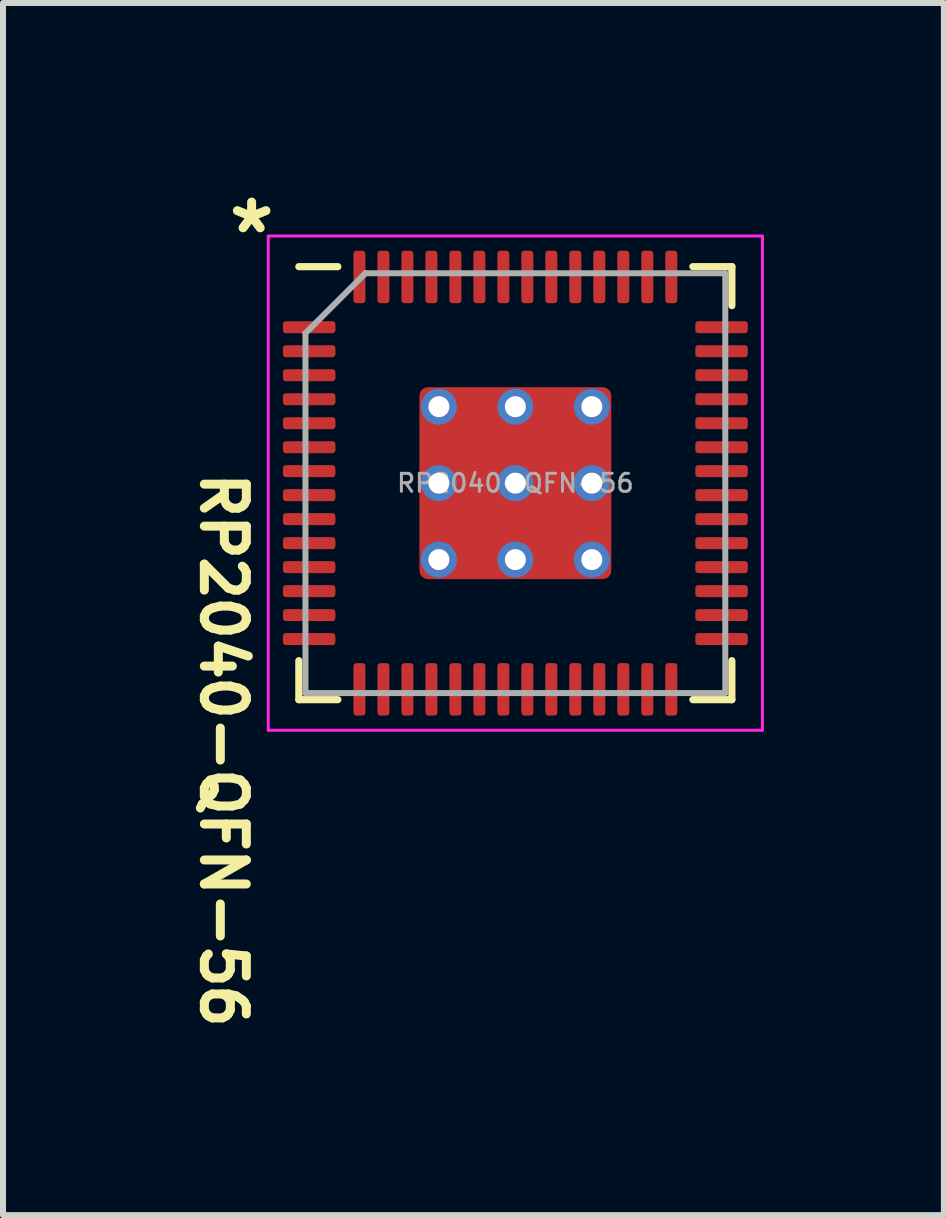
<source format=kicad_pcb>
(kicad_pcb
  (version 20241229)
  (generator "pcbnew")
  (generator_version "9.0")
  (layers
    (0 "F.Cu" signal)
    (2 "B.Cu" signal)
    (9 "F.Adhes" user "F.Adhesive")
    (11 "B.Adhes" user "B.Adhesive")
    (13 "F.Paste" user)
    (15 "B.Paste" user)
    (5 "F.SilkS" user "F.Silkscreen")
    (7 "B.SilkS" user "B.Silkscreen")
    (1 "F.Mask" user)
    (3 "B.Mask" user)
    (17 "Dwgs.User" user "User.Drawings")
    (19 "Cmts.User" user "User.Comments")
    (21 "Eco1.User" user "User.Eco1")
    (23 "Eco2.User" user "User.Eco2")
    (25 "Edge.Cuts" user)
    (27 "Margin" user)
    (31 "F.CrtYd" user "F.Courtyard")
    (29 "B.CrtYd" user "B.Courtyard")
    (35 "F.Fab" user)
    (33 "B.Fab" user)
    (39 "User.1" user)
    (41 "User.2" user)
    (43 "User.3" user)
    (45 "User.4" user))
  (footprint "RP2040-QFN-56"
    (layer "F.Cu")
    (at 5.543 5.006)
    (property "Reference" "RP2040-QFN-56" (at -4.87 4.45 270) (unlocked yes) (layer "F.SilkS") (effects (font (size 0.7 0.7) (thickness 0.15))))
    (attr through_hole)
    (fp_line (start -3.61 3.61) (end -3.61 2.96) (stroke (width 0.12) (type solid)) (layer "F.SilkS"))
    (fp_line (start -2.96 -3.61) (end -3.61 -3.61) (stroke (width 0.12) (type solid)) (layer "F.SilkS"))
    (fp_line (start -2.96 3.61) (end -3.61 3.61) (stroke (width 0.12) (type solid)) (layer "F.SilkS"))
    (fp_line (start 2.96 -3.61) (end 3.61 -3.61) (stroke (width 0.12) (type solid)) (layer "F.SilkS"))
    (fp_line (start 2.96 3.61) (end 3.61 3.61) (stroke (width 0.12) (type solid)) (layer "F.SilkS"))
    (fp_line (start 3.61 -3.61) (end 3.61 -2.96) (stroke (width 0.12) (type solid)) (layer "F.SilkS"))
    (fp_line (start 3.61 3.61) (end 3.61 2.96) (stroke (width 0.12) (type solid)) (layer "F.SilkS"))
    (fp_line (start -4.12 -4.12) (end -4.12 4.12) (stroke (width 0.05) (type solid)) (layer "F.CrtYd"))
    (fp_line (start -4.12 4.12) (end 4.12 4.12) (stroke (width 0.05) (type solid)) (layer "F.CrtYd"))
    (fp_line (start 4.12 -4.12) (end -4.12 -4.12) (stroke (width 0.05) (type solid)) (layer "F.CrtYd"))
    (fp_line (start 4.12 4.12) (end 4.12 -4.12) (stroke (width 0.05) (type solid)) (layer "F.CrtYd"))
    (fp_line (start -3.5 -2.5) (end -2.5 -3.5) (stroke (width 0.1) (type solid)) (layer "F.Fab"))
    (fp_line (start -3.5 3.5) (end -3.5 -2.5) (stroke (width 0.1) (type solid)) (layer "F.Fab"))
    (fp_line (start -2.5 -3.5) (end 3.5 -3.5) (stroke (width 0.1) (type solid)) (layer "F.Fab"))
    (fp_line (start 3.5 -3.5) (end 3.5 3.5) (stroke (width 0.1) (type solid)) (layer "F.Fab"))
    (fp_line (start 3.5 3.5) (end -3.5 3.5) (stroke (width 0.1) (type solid)) (layer "F.Fab"))
    (fp_text user "*" (at -4.877 -3.556 0) (unlocked yes) (layer "F.SilkS") (effects (font (size 1 1) (thickness 0.15)) (justify left bottom)))
    (fp_text user "${REFERENCE}" (at 0 0 0) (layer "F.Fab") (effects (font (size 0.3 0.3) (thickness 0.05))))
    (pad "" smd roundrect (at -0.637 -0.637) (size 1.084 1.084) (layers "F.Paste") (roundrect_rratio 0.231))
    (pad "" smd roundrect (at -0.637 0.637) (size 1.084 1.084) (layers "F.Paste") (roundrect_rratio 0.231))
    (pad "" smd roundrect (at 0.637 -0.637) (size 1.084 1.084) (layers "F.Paste") (roundrect_rratio 0.231))
    (pad "" smd roundrect (at 0.637 0.637) (size 1.084 1.084) (layers "F.Paste") (roundrect_rratio 0.231))
    (pad "1" smd roundrect (at -3.438 -2.6) (size 0.875 0.2) (layers "F.Cu" "F.Mask" "F.Paste") (roundrect_rratio 0.25))
    (pad "2" smd roundrect (at -3.438 -2.2) (size 0.875 0.2) (layers "F.Cu" "F.Mask" "F.Paste") (roundrect_rratio 0.25))
    (pad "3" smd roundrect (at -3.438 -1.8) (size 0.875 0.2) (layers "F.Cu" "F.Mask" "F.Paste") (roundrect_rratio 0.25))
    (pad "4" smd roundrect (at -3.438 -1.4) (size 0.875 0.2) (layers "F.Cu" "F.Mask" "F.Paste") (roundrect_rratio 0.25))
    (pad "5" smd roundrect (at -3.438 -1) (size 0.875 0.2) (layers "F.Cu" "F.Mask" "F.Paste") (roundrect_rratio 0.25))
    (pad "6" smd roundrect (at -3.438 -0.6) (size 0.875 0.2) (layers "F.Cu" "F.Mask" "F.Paste") (roundrect_rratio 0.25))
    (pad "7" smd roundrect (at -3.438 -0.2) (size 0.875 0.2) (layers "F.Cu" "F.Mask" "F.Paste") (roundrect_rratio 0.25))
    (pad "8" smd roundrect (at -3.438 0.2) (size 0.875 0.2) (layers "F.Cu" "F.Mask" "F.Paste") (roundrect_rratio 0.25))
    (pad "9" smd roundrect (at -3.438 0.6) (size 0.875 0.2) (layers "F.Cu" "F.Mask" "F.Paste") (roundrect_rratio 0.25))
    (pad "10" smd roundrect (at -3.438 1) (size 0.875 0.2) (layers "F.Cu" "F.Mask" "F.Paste") (roundrect_rratio 0.25))
    (pad "11" smd roundrect (at -3.438 1.4) (size 0.875 0.2) (layers "F.Cu" "F.Mask" "F.Paste") (roundrect_rratio 0.25))
    (pad "12" smd roundrect (at -3.438 1.8) (size 0.875 0.2) (layers "F.Cu" "F.Mask" "F.Paste") (roundrect_rratio 0.25))
    (pad "13" smd roundrect (at -3.438 2.2) (size 0.875 0.2) (layers "F.Cu" "F.Mask" "F.Paste") (roundrect_rratio 0.25))
    (pad "14" smd roundrect (at -3.438 2.6) (size 0.875 0.2) (layers "F.Cu" "F.Mask" "F.Paste") (roundrect_rratio 0.25))
    (pad "15" smd roundrect (at -2.6 3.438) (size 0.2 0.875) (layers "F.Cu" "F.Mask" "F.Paste") (roundrect_rratio 0.25))
    (pad "16" smd roundrect (at -2.2 3.438) (size 0.2 0.875) (layers "F.Cu" "F.Mask" "F.Paste") (roundrect_rratio 0.25))
    (pad "17" smd roundrect (at -1.8 3.438) (size 0.2 0.875) (layers "F.Cu" "F.Mask" "F.Paste") (roundrect_rratio 0.25))
    (pad "18" smd roundrect (at -1.4 3.438) (size 0.2 0.875) (layers "F.Cu" "F.Mask" "F.Paste") (roundrect_rratio 0.25))
    (pad "19" smd roundrect (at -1 3.438) (size 0.2 0.875) (layers "F.Cu" "F.Mask" "F.Paste") (roundrect_rratio 0.25))
    (pad "20" smd roundrect (at -0.6 3.438) (size 0.2 0.875) (layers "F.Cu" "F.Mask" "F.Paste") (roundrect_rratio 0.25))
    (pad "21" smd roundrect (at -0.2 3.438) (size 0.2 0.875) (layers "F.Cu" "F.Mask" "F.Paste") (roundrect_rratio 0.25))
    (pad "22" smd roundrect (at 0.2 3.438) (size 0.2 0.875) (layers "F.Cu" "F.Mask" "F.Paste") (roundrect_rratio 0.25))
    (pad "23" smd roundrect (at 0.6 3.438) (size 0.2 0.875) (layers "F.Cu" "F.Mask" "F.Paste") (roundrect_rratio 0.25))
    (pad "24" smd roundrect (at 1 3.438) (size 0.2 0.875) (layers "F.Cu" "F.Mask" "F.Paste") (roundrect_rratio 0.25))
    (pad "25" smd roundrect (at 1.4 3.438) (size 0.2 0.875) (layers "F.Cu" "F.Mask" "F.Paste") (roundrect_rratio 0.25))
    (pad "26" smd roundrect (at 1.8 3.438) (size 0.2 0.875) (layers "F.Cu" "F.Mask" "F.Paste") (roundrect_rratio 0.25))
    (pad "27" smd roundrect (at 2.2 3.438) (size 0.2 0.875) (layers "F.Cu" "F.Mask" "F.Paste") (roundrect_rratio 0.25))
    (pad "28" smd roundrect (at 2.6 3.438) (size 0.2 0.875) (layers "F.Cu" "F.Mask" "F.Paste") (roundrect_rratio 0.25))
    (pad "29" smd roundrect (at 3.438 2.6) (size 0.875 0.2) (layers "F.Cu" "F.Mask" "F.Paste") (roundrect_rratio 0.25))
    (pad "30" smd roundrect (at 3.438 2.2) (size 0.875 0.2) (layers "F.Cu" "F.Mask" "F.Paste") (roundrect_rratio 0.25))
    (pad "31" smd roundrect (at 3.438 1.8) (size 0.875 0.2) (layers "F.Cu" "F.Mask" "F.Paste") (roundrect_rratio 0.25))
    (pad "32" smd roundrect (at 3.438 1.4) (size 0.875 0.2) (layers "F.Cu" "F.Mask" "F.Paste") (roundrect_rratio 0.25))
    (pad "33" smd roundrect (at 3.438 1) (size 0.875 0.2) (layers "F.Cu" "F.Mask" "F.Paste") (roundrect_rratio 0.25))
    (pad "34" smd roundrect (at 3.438 0.6) (size 0.875 0.2) (layers "F.Cu" "F.Mask" "F.Paste") (roundrect_rratio 0.25))
    (pad "35" smd roundrect (at 3.438 0.2) (size 0.875 0.2) (layers "F.Cu" "F.Mask" "F.Paste") (roundrect_rratio 0.25))
    (pad "36" smd roundrect (at 3.438 -0.2) (size 0.875 0.2) (layers "F.Cu" "F.Mask" "F.Paste") (roundrect_rratio 0.25))
    (pad "37" smd roundrect (at 3.438 -0.6) (size 0.875 0.2) (layers "F.Cu" "F.Mask" "F.Paste") (roundrect_rratio 0.25))
    (pad "38" smd roundrect (at 3.438 -1) (size 0.875 0.2) (layers "F.Cu" "F.Mask" "F.Paste") (roundrect_rratio 0.25))
    (pad "39" smd roundrect (at 3.438 -1.4) (size 0.875 0.2) (layers "F.Cu" "F.Mask" "F.Paste") (roundrect_rratio 0.25))
    (pad "40" smd roundrect (at 3.438 -1.8) (size 0.875 0.2) (layers "F.Cu" "F.Mask" "F.Paste") (roundrect_rratio 0.25))
    (pad "41" smd roundrect (at 3.438 -2.2) (size 0.875 0.2) (layers "F.Cu" "F.Mask" "F.Paste") (roundrect_rratio 0.25))
    (pad "42" smd roundrect (at 3.438 -2.6) (size 0.875 0.2) (layers "F.Cu" "F.Mask" "F.Paste") (roundrect_rratio 0.25))
    (pad "43" smd roundrect (at 2.6 -3.438) (size 0.2 0.875) (layers "F.Cu" "F.Mask" "F.Paste") (roundrect_rratio 0.25))
    (pad "44" smd roundrect (at 2.2 -3.438) (size 0.2 0.875) (layers "F.Cu" "F.Mask" "F.Paste") (roundrect_rratio 0.25))
    (pad "45" smd roundrect (at 1.8 -3.438) (size 0.2 0.875) (layers "F.Cu" "F.Mask" "F.Paste") (roundrect_rratio 0.25))
    (pad "46" smd roundrect (at 1.4 -3.438) (size 0.2 0.875) (layers "F.Cu" "F.Mask" "F.Paste") (roundrect_rratio 0.25))
    (pad "47" smd roundrect (at 1 -3.438) (size 0.2 0.875) (layers "F.Cu" "F.Mask" "F.Paste") (roundrect_rratio 0.25))
    (pad "48" smd roundrect (at 0.6 -3.438) (size 0.2 0.875) (layers "F.Cu" "F.Mask" "F.Paste") (roundrect_rratio 0.25))
    (pad "49" smd roundrect (at 0.2 -3.438) (size 0.2 0.875) (layers "F.Cu" "F.Mask" "F.Paste") (roundrect_rratio 0.25))
    (pad "50" smd roundrect (at -0.2 -3.438) (size 0.2 0.875) (layers "F.Cu" "F.Mask" "F.Paste") (roundrect_rratio 0.25))
    (pad "51" smd roundrect (at -0.6 -3.438) (size 0.2 0.875) (layers "F.Cu" "F.Mask" "F.Paste") (roundrect_rratio 0.25))
    (pad "52" smd roundrect (at -1 -3.438) (size 0.2 0.875) (layers "F.Cu" "F.Mask" "F.Paste") (roundrect_rratio 0.25))
    (pad "53" smd roundrect (at -1.4 -3.438) (size 0.2 0.875) (layers "F.Cu" "F.Mask" "F.Paste") (roundrect_rratio 0.25))
    (pad "54" smd roundrect (at -1.8 -3.438) (size 0.2 0.875) (layers "F.Cu" "F.Mask" "F.Paste") (roundrect_rratio 0.25))
    (pad "55" smd roundrect (at -2.2 -3.438) (size 0.2 0.875) (layers "F.Cu" "F.Mask" "F.Paste") (roundrect_rratio 0.25))
    (pad "56" smd roundrect (at -2.6 -3.438) (size 0.2 0.875) (layers "F.Cu" "F.Mask" "F.Paste") (roundrect_rratio 0.25))
    (pad "57" thru_hole circle (at -1.275 -1.275) (size 0.6 0.6) (drill 0.35) (layers "*.Cu"))
    (pad "57" thru_hole circle (at -1.275 0) (size 0.6 0.6) (drill 0.35) (layers "*.Cu"))
    (pad "57" thru_hole circle (at -1.275 1.275) (size 0.6 0.6) (drill 0.35) (layers "*.Cu"))
    (pad "57" thru_hole circle (at 0 -1.275) (size 0.6 0.6) (drill 0.35) (layers "*.Cu"))
    (pad "57" thru_hole circle (at 0 0) (size 0.6 0.6) (drill 0.35) (layers "*.Cu"))
    (pad "57" smd roundrect (at 0 0) (size 3.2 3.2) (layers "F.Cu" "F.Mask") (roundrect_rratio 0.045))
    (pad "57" thru_hole circle (at 0 1.275) (size 0.6 0.6) (drill 0.35) (layers "*.Cu"))
    (pad "57" thru_hole circle (at 1.275 -1.275) (size 0.6 0.6) (drill 0.35) (layers "*.Cu"))
    (pad "57" thru_hole circle (at 1.275 0) (size 0.6 0.6) (drill 0.35) (layers "*.Cu"))
    (pad "57" thru_hole circle (at 1.275 1.275) (size 0.6 0.6) (drill 0.35) (layers "*.Cu")))
  (gr_rect
    (start -3 -3)
    (end 12.688 17.211)
    (stroke (width 0.1) (type default))
    (fill no)
    (layer "Edge.Cuts")))
</source>
